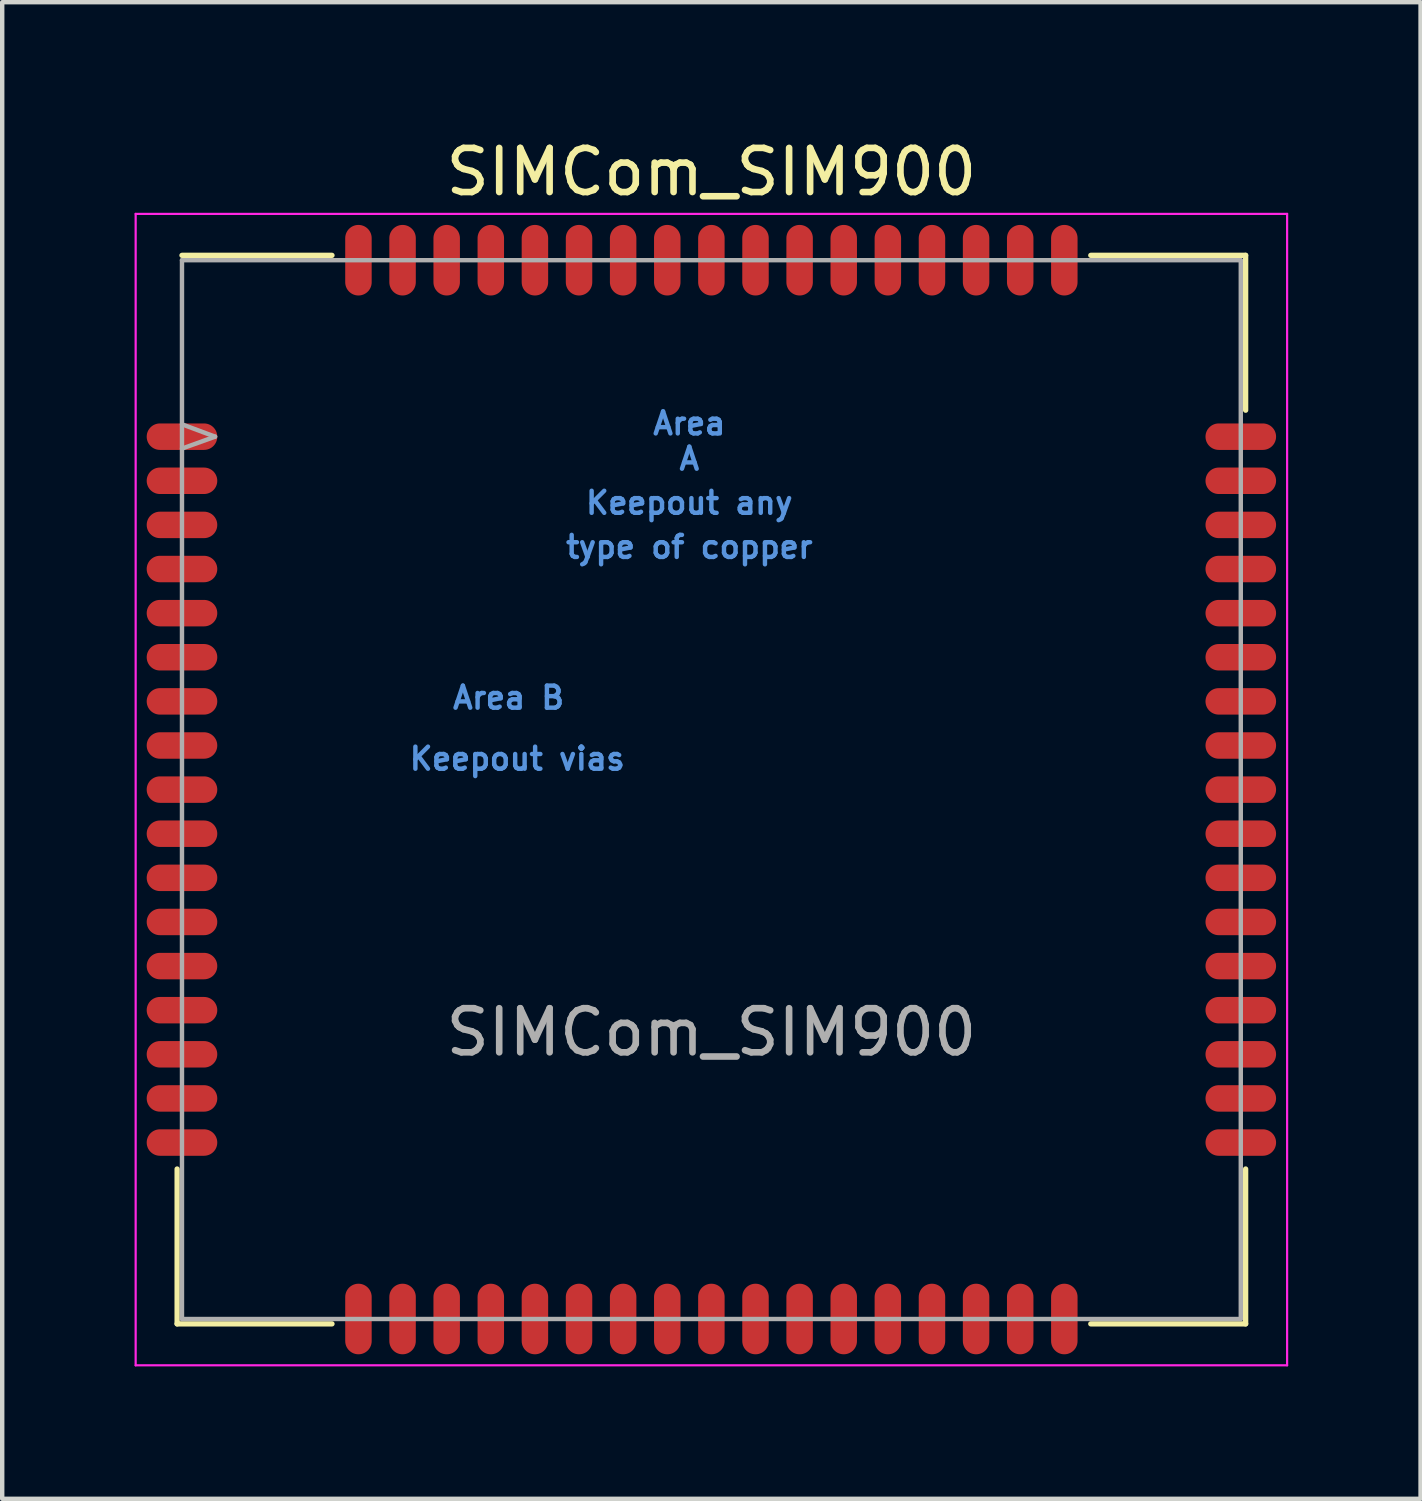
<source format=kicad_pcb>
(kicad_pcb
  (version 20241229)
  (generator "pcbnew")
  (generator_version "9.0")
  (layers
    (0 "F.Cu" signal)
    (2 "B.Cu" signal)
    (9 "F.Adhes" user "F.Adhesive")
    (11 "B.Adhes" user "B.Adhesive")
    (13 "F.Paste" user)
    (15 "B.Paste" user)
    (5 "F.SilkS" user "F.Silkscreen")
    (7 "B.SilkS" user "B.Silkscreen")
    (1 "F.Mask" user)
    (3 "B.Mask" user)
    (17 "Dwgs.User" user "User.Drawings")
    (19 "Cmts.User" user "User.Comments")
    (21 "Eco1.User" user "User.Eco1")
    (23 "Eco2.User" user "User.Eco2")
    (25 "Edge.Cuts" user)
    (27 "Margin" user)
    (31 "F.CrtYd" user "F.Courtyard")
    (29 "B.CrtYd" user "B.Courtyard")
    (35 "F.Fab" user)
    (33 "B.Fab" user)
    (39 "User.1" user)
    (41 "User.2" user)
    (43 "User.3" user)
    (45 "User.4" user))
  (footprint "SIMCom_SIM900"
    (layer "F.Cu")
    (at 13.075 14.848)
    (property "Reference" "SIMCom_SIM900" (at 0 -14 0) (layer "F.SilkS") (effects (font (size 1 1) (thickness 0.15))))
    (attr smd)
    (fp_line (start -12.11 8.6) (end -12.11 12.11) (stroke (width 0.12) (type solid)) (layer "F.SilkS"))
    (fp_line (start -12.11 12.11) (end -8.6 12.11) (stroke (width 0.12) (type solid)) (layer "F.SilkS"))
    (fp_line (start -12 -12.11) (end -8.6 -12.11) (stroke (width 0.12) (type solid)) (layer "F.SilkS"))
    (fp_line (start 8.6 -12.11) (end 12.11 -12.11) (stroke (width 0.12) (type solid)) (layer "F.SilkS"))
    (fp_line (start 8.6 12.11) (end 12.11 12.11) (stroke (width 0.12) (type solid)) (layer "F.SilkS"))
    (fp_line (start 12.11 -12.11) (end 12.11 -8.6) (stroke (width 0.12) (type solid)) (layer "F.SilkS"))
    (fp_line (start 12.11 8.6) (end 12.11 12.11) (stroke (width 0.12) (type solid)) (layer "F.SilkS"))
    (fp_line (start -13.05 -13.05) (end 13.05 -13.05) (stroke (width 0.05) (type solid)) (layer "F.CrtYd"))
    (fp_line (start -13.05 13.05) (end -13.05 -13.05) (stroke (width 0.05) (type solid)) (layer "F.CrtYd"))
    (fp_line (start 13.05 -13.05) (end 13.05 13.05) (stroke (width 0.05) (type solid)) (layer "F.CrtYd"))
    (fp_line (start 13.05 13.05) (end -13.05 13.05) (stroke (width 0.05) (type solid)) (layer "F.CrtYd"))
    (fp_line (start -12 -12) (end 12 -12) (stroke (width 0.1) (type solid)) (layer "F.Fab"))
    (fp_line (start -12 -8.28) (end -11.25 -8) (stroke (width 0.1) (type solid)) (layer "F.Fab"))
    (fp_line (start -12 12) (end -12 -12) (stroke (width 0.1) (type solid)) (layer "F.Fab"))
    (fp_line (start -11.25 -8) (end -12 -7.73) (stroke (width 0.1) (type solid)) (layer "F.Fab"))
    (fp_line (start 12 -12) (end 12 12) (stroke (width 0.1) (type solid)) (layer "F.Fab"))
    (fp_line (start 12 12) (end -12 12) (stroke (width 0.1) (type solid)) (layer "F.Fab"))
    (fp_text user "Keepout vias" (at -4.4 -0.7 0) (layer "Cmts.User") (effects (font (size 0.5 0.5) (thickness 0.1))))
    (fp_text user "type of copper" (at -0.5 -5.5 0) (layer "Cmts.User") (effects (font (size 0.5 0.5) (thickness 0.1))))
    (fp_text user "Area" (at -0.5 -8.3 0) (layer "Cmts.User") (effects (font (size 0.5 0.5) (thickness 0.1))))
    (fp_text user "Keepout any" (at -0.5 -6.5 0) (layer "Cmts.User") (effects (font (size 0.5 0.5) (thickness 0.1))))
    (fp_text user "A" (at -0.5 -7.5 0) (layer "Cmts.User") (effects (font (size 0.5 0.5) (thickness 0.1))))
    (fp_text user "Area B" (at -4.597 -2.083 0) (layer "Cmts.User") (effects (font (size 0.5 0.5) (thickness 0.1))))
    (fp_text user "${REFERENCE}" (at 0 5.5 0) (layer "F.Fab") (effects (font (size 1 1) (thickness 0.15))))
    (pad "1" smd oval (at -12 -8) (size 1.6 0.6) (layers "F.Cu" "F.Mask" "F.Paste"))
    (pad "2" smd oval (at -12 -7) (size 1.6 0.6) (layers "F.Cu" "F.Mask" "F.Paste"))
    (pad "3" smd oval (at -12 -6) (size 1.6 0.6) (layers "F.Cu" "F.Mask" "F.Paste"))
    (pad "4" smd oval (at -12 -5) (size 1.6 0.6) (layers "F.Cu" "F.Mask" "F.Paste"))
    (pad "5" smd oval (at -12 -4) (size 1.6 0.6) (layers "F.Cu" "F.Mask" "F.Paste"))
    (pad "6" smd oval (at -12 -3) (size 1.6 0.6) (layers "F.Cu" "F.Mask" "F.Paste"))
    (pad "7" smd oval (at -12 -2) (size 1.6 0.6) (layers "F.Cu" "F.Mask" "F.Paste"))
    (pad "8" smd oval (at -12 -1) (size 1.6 0.6) (layers "F.Cu" "F.Mask" "F.Paste"))
    (pad "9" smd oval (at -12 0) (size 1.6 0.6) (layers "F.Cu" "F.Mask" "F.Paste"))
    (pad "10" smd oval (at -12 1) (size 1.6 0.6) (layers "F.Cu" "F.Mask" "F.Paste"))
    (pad "11" smd oval (at -12 2) (size 1.6 0.6) (layers "F.Cu" "F.Mask" "F.Paste"))
    (pad "12" smd oval (at -12 3) (size 1.6 0.6) (layers "F.Cu" "F.Mask" "F.Paste"))
    (pad "13" smd oval (at -12 4) (size 1.6 0.6) (layers "F.Cu" "F.Mask" "F.Paste"))
    (pad "14" smd oval (at -12 5) (size 1.6 0.6) (layers "F.Cu" "F.Mask" "F.Paste"))
    (pad "15" smd oval (at -12 6) (size 1.6 0.6) (layers "F.Cu" "F.Mask" "F.Paste"))
    (pad "16" smd oval (at -12 7) (size 1.6 0.6) (layers "F.Cu" "F.Mask" "F.Paste"))
    (pad "17" smd oval (at -12 8) (size 1.6 0.6) (layers "F.Cu" "F.Mask" "F.Paste"))
    (pad "18" smd oval (at -8 12) (size 0.6 1.6) (layers "F.Cu" "F.Mask" "F.Paste"))
    (pad "19" smd oval (at -7 12) (size 0.6 1.6) (layers "F.Cu" "F.Mask" "F.Paste"))
    (pad "20" smd oval (at -6 12) (size 0.6 1.6) (layers "F.Cu" "F.Mask" "F.Paste"))
    (pad "21" smd oval (at -5 12) (size 0.6 1.6) (layers "F.Cu" "F.Mask" "F.Paste"))
    (pad "22" smd oval (at -4 12) (size 0.6 1.6) (layers "F.Cu" "F.Mask" "F.Paste"))
    (pad "23" smd oval (at -3 12) (size 0.6 1.6) (layers "F.Cu" "F.Mask" "F.Paste"))
    (pad "24" smd oval (at -2 12) (size 0.6 1.6) (layers "F.Cu" "F.Mask" "F.Paste"))
    (pad "25" smd oval (at -1 12) (size 0.6 1.6) (layers "F.Cu" "F.Mask" "F.Paste"))
    (pad "26" smd oval (at 0 12) (size 0.6 1.6) (layers "F.Cu" "F.Mask" "F.Paste"))
    (pad "27" smd oval (at 1 12) (size 0.6 1.6) (layers "F.Cu" "F.Mask" "F.Paste"))
    (pad "28" smd oval (at 2 12) (size 0.6 1.6) (layers "F.Cu" "F.Mask" "F.Paste"))
    (pad "29" smd oval (at 3 12) (size 0.6 1.6) (layers "F.Cu" "F.Mask" "F.Paste"))
    (pad "30" smd oval (at 4 12) (size 0.6 1.6) (layers "F.Cu" "F.Mask" "F.Paste"))
    (pad "31" smd oval (at 5 12) (size 0.6 1.6) (layers "F.Cu" "F.Mask" "F.Paste"))
    (pad "32" smd oval (at 6 12) (size 0.6 1.6) (layers "F.Cu" "F.Mask" "F.Paste"))
    (pad "33" smd oval (at 7 12) (size 0.6 1.6) (layers "F.Cu" "F.Mask" "F.Paste"))
    (pad "34" smd oval (at 8 12) (size 0.6 1.6) (layers "F.Cu" "F.Mask" "F.Paste"))
    (pad "35" smd oval (at 12 8) (size 1.6 0.6) (layers "F.Cu" "F.Mask" "F.Paste"))
    (pad "36" smd oval (at 12 7) (size 1.6 0.6) (layers "F.Cu" "F.Mask" "F.Paste"))
    (pad "37" smd oval (at 12 6) (size 1.6 0.6) (layers "F.Cu" "F.Mask" "F.Paste"))
    (pad "38" smd oval (at 12 5) (size 1.6 0.6) (layers "F.Cu" "F.Mask" "F.Paste"))
    (pad "39" smd oval (at 12 4) (size 1.6 0.6) (layers "F.Cu" "F.Mask" "F.Paste"))
    (pad "40" smd oval (at 12 3) (size 1.6 0.6) (layers "F.Cu" "F.Mask" "F.Paste"))
    (pad "41" smd oval (at 12 2) (size 1.6 0.6) (layers "F.Cu" "F.Mask" "F.Paste"))
    (pad "42" smd oval (at 12 1) (size 1.6 0.6) (layers "F.Cu" "F.Mask" "F.Paste"))
    (pad "43" smd oval (at 12 0) (size 1.6 0.6) (layers "F.Cu" "F.Mask" "F.Paste"))
    (pad "44" smd oval (at 12 -1) (size 1.6 0.6) (layers "F.Cu" "F.Mask" "F.Paste"))
    (pad "45" smd oval (at 12 -2) (size 1.6 0.6) (layers "F.Cu" "F.Mask" "F.Paste"))
    (pad "46" smd oval (at 12 -3) (size 1.6 0.6) (layers "F.Cu" "F.Mask" "F.Paste"))
    (pad "47" smd oval (at 12 -4) (size 1.6 0.6) (layers "F.Cu" "F.Mask" "F.Paste"))
    (pad "48" smd oval (at 12 -5) (size 1.6 0.6) (layers "F.Cu" "F.Mask" "F.Paste"))
    (pad "49" smd oval (at 12 -6) (size 1.6 0.6) (layers "F.Cu" "F.Mask" "F.Paste"))
    (pad "50" smd oval (at 12 -7) (size 1.6 0.6) (layers "F.Cu" "F.Mask" "F.Paste"))
    (pad "51" smd oval (at 12 -8) (size 1.6 0.6) (layers "F.Cu" "F.Mask" "F.Paste"))
    (pad "52" smd oval (at 8 -12) (size 0.6 1.6) (layers "F.Cu" "F.Mask" "F.Paste"))
    (pad "53" smd oval (at 7 -12) (size 0.6 1.6) (layers "F.Cu" "F.Mask" "F.Paste"))
    (pad "54" smd oval (at 6 -12) (size 0.6 1.6) (layers "F.Cu" "F.Mask" "F.Paste"))
    (pad "55" smd oval (at 5 -12) (size 0.6 1.6) (layers "F.Cu" "F.Mask" "F.Paste"))
    (pad "56" smd oval (at 4 -12) (size 0.6 1.6) (layers "F.Cu" "F.Mask" "F.Paste"))
    (pad "57" smd oval (at 3 -12) (size 0.6 1.6) (layers "F.Cu" "F.Mask" "F.Paste"))
    (pad "58" smd oval (at 2 -12) (size 0.6 1.6) (layers "F.Cu" "F.Mask" "F.Paste"))
    (pad "59" smd oval (at 1 -12) (size 0.6 1.6) (layers "F.Cu" "F.Mask" "F.Paste"))
    (pad "60" smd oval (at 0 -12) (size 0.6 1.6) (layers "F.Cu" "F.Mask" "F.Paste"))
    (pad "61" smd oval (at -1 -12) (size 0.6 1.6) (layers "F.Cu" "F.Mask" "F.Paste"))
    (pad "62" smd oval (at -2 -12) (size 0.6 1.6) (layers "F.Cu" "F.Mask" "F.Paste"))
    (pad "63" smd oval (at -3 -12) (size 0.6 1.6) (layers "F.Cu" "F.Mask" "F.Paste"))
    (pad "64" smd oval (at -4 -12) (size 0.6 1.6) (layers "F.Cu" "F.Mask" "F.Paste"))
    (pad "65" smd oval (at -5 -12) (size 0.6 1.6) (layers "F.Cu" "F.Mask" "F.Paste"))
    (pad "66" smd oval (at -6 -12) (size 0.6 1.6) (layers "F.Cu" "F.Mask" "F.Paste"))
    (pad "67" smd oval (at -7 -12) (size 0.6 1.6) (layers "F.Cu" "F.Mask" "F.Paste"))
    (pad "68" smd oval (at -8 -12) (size 0.6 1.6) (layers "F.Cu" "F.Mask" "F.Paste"))
    (zone (net_name "") (layer "F.Cu") (hatch full 0.508) (connect_pads) (min_thickness 0.254) (filled_areas_thickness no) (keepout (tracks allowed) (vias not_allowed) (pads not_allowed) (copperpour allowed) (footprints allowed)) (placement (enabled no)) (fill) (polygon (pts (xy 5.775 12.048) (xy 11.375 12.048) (xy 11.375 17.648) (xy 5.775 17.648))))
    (zone (net_name "") (layer "F.Cu") (hatch full 0.508) (connect_pads) (min_thickness 0.254) (filled_areas_thickness no) (keepout (tracks not_allowed) (vias not_allowed) (pads not_allowed) (copperpour not_allowed) (footprints not_allowed)) (placement (enabled no)) (fill) (polygon (pts (xy 13.58 6.848) (xy 13.561 6.653) (xy 13.504 6.465) (xy 13.412 6.292) (xy 13.288 6.14) (xy 13.137 6.015) (xy 12.964 5.922) (xy 12.777 5.864) (xy 12.582 5.843) (xy 12.387 5.861) (xy 12.199 5.917) (xy 12.025 6.007) (xy 11.872 6.13) (xy 11.746 6.281) (xy 11.651 6.452) (xy 11.592 6.639) (xy 11.57 6.834) (xy 11.587 7.03) (xy 11.641 7.218) (xy 11.73 7.393) (xy 11.852 7.546) (xy 12.002 7.673) (xy 12.173 7.769) (xy 12.359 7.83) (xy 12.554 7.853) (xy 12.749 7.838) (xy 12.938 7.785) (xy 13.113 7.697) (xy 13.268 7.576) (xy 13.396 7.427) (xy 13.493 7.257) (xy 13.555 7.071) (xy 13.579 6.876)))))
  (gr_rect
    (start -3 -3)
    (end 29.15 30.923)
    (stroke (width 0.1) (type default))
    (fill no)
    (layer "Edge.Cuts")))
</source>
